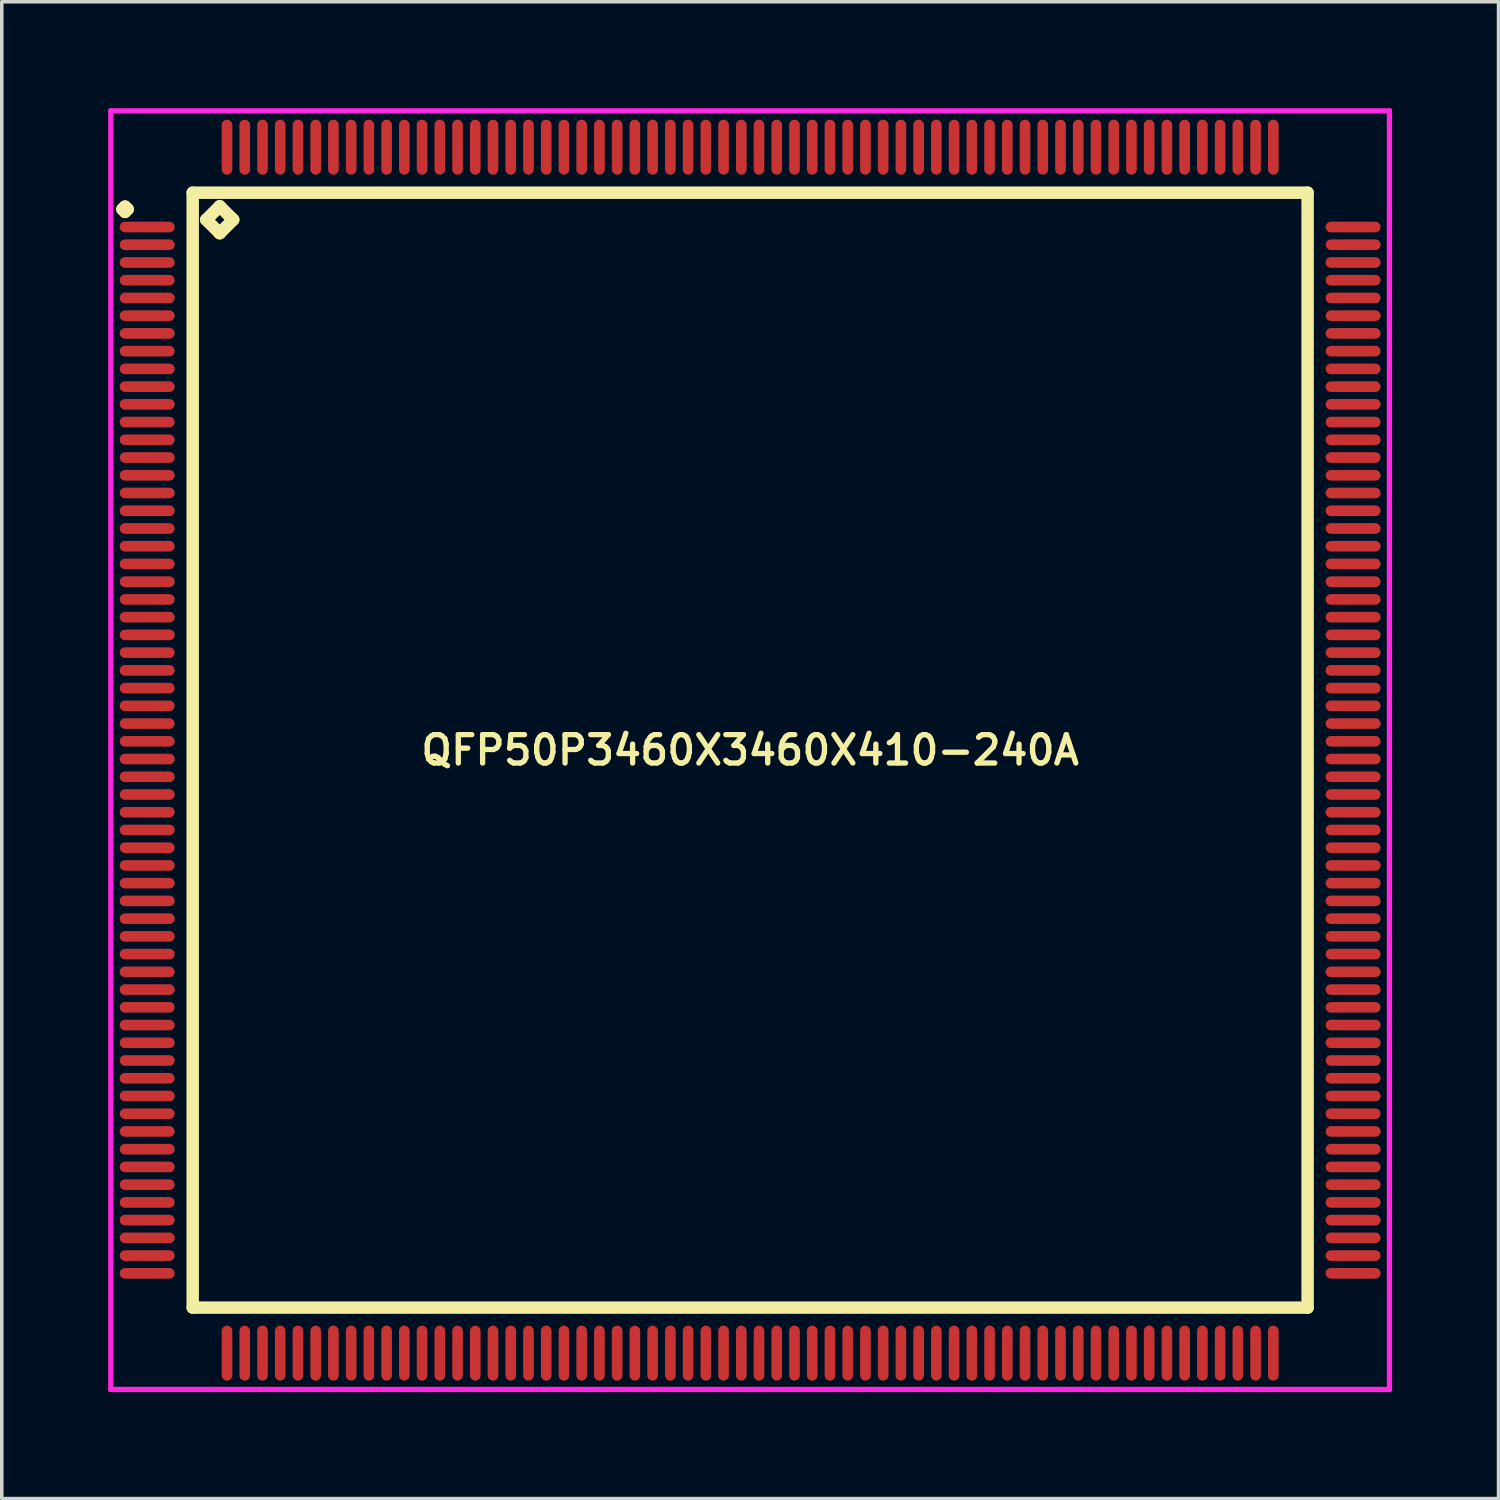
<source format=kicad_pcb>
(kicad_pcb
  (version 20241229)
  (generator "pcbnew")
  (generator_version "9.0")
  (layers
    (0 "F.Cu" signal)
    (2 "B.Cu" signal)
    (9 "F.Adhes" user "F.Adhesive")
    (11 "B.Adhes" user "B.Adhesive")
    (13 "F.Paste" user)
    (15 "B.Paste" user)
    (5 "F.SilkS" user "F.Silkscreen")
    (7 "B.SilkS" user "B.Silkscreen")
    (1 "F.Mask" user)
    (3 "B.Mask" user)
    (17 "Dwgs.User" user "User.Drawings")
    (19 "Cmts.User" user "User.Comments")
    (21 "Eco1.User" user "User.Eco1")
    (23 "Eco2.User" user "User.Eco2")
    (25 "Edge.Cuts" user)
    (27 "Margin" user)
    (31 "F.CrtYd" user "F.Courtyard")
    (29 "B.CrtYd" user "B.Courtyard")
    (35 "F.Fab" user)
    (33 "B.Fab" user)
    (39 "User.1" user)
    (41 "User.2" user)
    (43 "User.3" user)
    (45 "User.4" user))
  (footprint "QFP50P3460X3460X410-240A"
    (layer "F.Cu")
    (at 18.1 18.1)
    (property "Reference" "QFP50P3460X3460X410-240A" (at 0 0 0) (layer "F.SilkS") (effects (font (size 0.8 0.8) (thickness 0.15))))
    (attr smd)
    (fp_line (start -17.7 -15.25) (end -17.625 -15.325) (stroke (width 0.35) (type solid)) (layer "F.SilkS"))
    (fp_line (start -17.625 -15.325) (end -17.55 -15.25) (stroke (width 0.35) (type solid)) (layer "F.SilkS"))
    (fp_line (start -17.625 -15.175) (end -17.7 -15.25) (stroke (width 0.35) (type solid)) (layer "F.SilkS"))
    (fp_line (start -17.55 -15.25) (end -17.625 -15.175) (stroke (width 0.35) (type solid)) (layer "F.SilkS"))
    (fp_line (start -15.717 -15.717) (end -15.717 15.717) (stroke (width 0.35) (type solid)) (layer "F.SilkS"))
    (fp_line (start -15.717 15.717) (end 15.717 15.717) (stroke (width 0.35) (type solid)) (layer "F.SilkS"))
    (fp_line (start -15.336 -14.955) (end -14.955 -15.336) (stroke (width 0.35) (type solid)) (layer "F.SilkS"))
    (fp_line (start -14.955 -15.336) (end -14.574 -14.955) (stroke (width 0.35) (type solid)) (layer "F.SilkS"))
    (fp_line (start -14.955 -14.574) (end -15.336 -14.955) (stroke (width 0.35) (type solid)) (layer "F.SilkS"))
    (fp_line (start -14.574 -14.955) (end -14.955 -14.574) (stroke (width 0.35) (type solid)) (layer "F.SilkS"))
    (fp_line (start 15.717 -15.717) (end -15.717 -15.717) (stroke (width 0.35) (type solid)) (layer "F.SilkS"))
    (fp_line (start 15.717 15.717) (end 15.717 -15.717) (stroke (width 0.35) (type solid)) (layer "F.SilkS"))
    (fp_line (start -18.025 -18.025) (end 18.025 -18.025) (stroke (width 0.15) (type solid)) (layer "F.CrtYd"))
    (fp_line (start -18.025 18.025) (end -18.025 -18.025) (stroke (width 0.15) (type solid)) (layer "F.CrtYd"))
    (fp_line (start 18.025 -18.025) (end 18.025 18.025) (stroke (width 0.15) (type solid)) (layer "F.CrtYd"))
    (fp_line (start 18.025 18.025) (end -18.025 18.025) (stroke (width 0.15) (type solid)) (layer "F.CrtYd"))
    (pad "1" smd oval (at -17 -14.75) (size 1.55 0.3) (layers "F.Cu" "F.Mask" "F.Paste"))
    (pad "2" smd oval (at -17 -14.25) (size 1.55 0.3) (layers "F.Cu" "F.Mask" "F.Paste"))
    (pad "3" smd oval (at -17 -13.75) (size 1.55 0.3) (layers "F.Cu" "F.Mask" "F.Paste"))
    (pad "4" smd oval (at -17 -13.25) (size 1.55 0.3) (layers "F.Cu" "F.Mask" "F.Paste"))
    (pad "5" smd oval (at -17 -12.75) (size 1.55 0.3) (layers "F.Cu" "F.Mask" "F.Paste"))
    (pad "6" smd oval (at -17 -12.25) (size 1.55 0.3) (layers "F.Cu" "F.Mask" "F.Paste"))
    (pad "7" smd oval (at -17 -11.75) (size 1.55 0.3) (layers "F.Cu" "F.Mask" "F.Paste"))
    (pad "8" smd oval (at -17 -11.25) (size 1.55 0.3) (layers "F.Cu" "F.Mask" "F.Paste"))
    (pad "9" smd oval (at -17 -10.75) (size 1.55 0.3) (layers "F.Cu" "F.Mask" "F.Paste"))
    (pad "10" smd oval (at -17 -10.25) (size 1.55 0.3) (layers "F.Cu" "F.Mask" "F.Paste"))
    (pad "11" smd oval (at -17 -9.75) (size 1.55 0.3) (layers "F.Cu" "F.Mask" "F.Paste"))
    (pad "12" smd oval (at -17 -9.25) (size 1.55 0.3) (layers "F.Cu" "F.Mask" "F.Paste"))
    (pad "13" smd oval (at -17 -8.75) (size 1.55 0.3) (layers "F.Cu" "F.Mask" "F.Paste"))
    (pad "14" smd oval (at -17 -8.25) (size 1.55 0.3) (layers "F.Cu" "F.Mask" "F.Paste"))
    (pad "15" smd oval (at -17 -7.75) (size 1.55 0.3) (layers "F.Cu" "F.Mask" "F.Paste"))
    (pad "16" smd oval (at -17 -7.25) (size 1.55 0.3) (layers "F.Cu" "F.Mask" "F.Paste"))
    (pad "17" smd oval (at -17 -6.75) (size 1.55 0.3) (layers "F.Cu" "F.Mask" "F.Paste"))
    (pad "18" smd oval (at -17 -6.25) (size 1.55 0.3) (layers "F.Cu" "F.Mask" "F.Paste"))
    (pad "19" smd oval (at -17 -5.75) (size 1.55 0.3) (layers "F.Cu" "F.Mask" "F.Paste"))
    (pad "20" smd oval (at -17 -5.25) (size 1.55 0.3) (layers "F.Cu" "F.Mask" "F.Paste"))
    (pad "21" smd oval (at -17 -4.75) (size 1.55 0.3) (layers "F.Cu" "F.Mask" "F.Paste"))
    (pad "22" smd oval (at -17 -4.25) (size 1.55 0.3) (layers "F.Cu" "F.Mask" "F.Paste"))
    (pad "23" smd oval (at -17 -3.75) (size 1.55 0.3) (layers "F.Cu" "F.Mask" "F.Paste"))
    (pad "24" smd oval (at -17 -3.25) (size 1.55 0.3) (layers "F.Cu" "F.Mask" "F.Paste"))
    (pad "25" smd oval (at -17 -2.75) (size 1.55 0.3) (layers "F.Cu" "F.Mask" "F.Paste"))
    (pad "26" smd oval (at -17 -2.25) (size 1.55 0.3) (layers "F.Cu" "F.Mask" "F.Paste"))
    (pad "27" smd oval (at -17 -1.75) (size 1.55 0.3) (layers "F.Cu" "F.Mask" "F.Paste"))
    (pad "28" smd oval (at -17 -1.25) (size 1.55 0.3) (layers "F.Cu" "F.Mask" "F.Paste"))
    (pad "29" smd oval (at -17 -0.75) (size 1.55 0.3) (layers "F.Cu" "F.Mask" "F.Paste"))
    (pad "30" smd oval (at -17 -0.25) (size 1.55 0.3) (layers "F.Cu" "F.Mask" "F.Paste"))
    (pad "31" smd oval (at -17 0.25) (size 1.55 0.3) (layers "F.Cu" "F.Mask" "F.Paste"))
    (pad "32" smd oval (at -17 0.75) (size 1.55 0.3) (layers "F.Cu" "F.Mask" "F.Paste"))
    (pad "33" smd oval (at -17 1.25) (size 1.55 0.3) (layers "F.Cu" "F.Mask" "F.Paste"))
    (pad "34" smd oval (at -17 1.75) (size 1.55 0.3) (layers "F.Cu" "F.Mask" "F.Paste"))
    (pad "35" smd oval (at -17 2.25) (size 1.55 0.3) (layers "F.Cu" "F.Mask" "F.Paste"))
    (pad "36" smd oval (at -17 2.75) (size 1.55 0.3) (layers "F.Cu" "F.Mask" "F.Paste"))
    (pad "37" smd oval (at -17 3.25) (size 1.55 0.3) (layers "F.Cu" "F.Mask" "F.Paste"))
    (pad "38" smd oval (at -17 3.75) (size 1.55 0.3) (layers "F.Cu" "F.Mask" "F.Paste"))
    (pad "39" smd oval (at -17 4.25) (size 1.55 0.3) (layers "F.Cu" "F.Mask" "F.Paste"))
    (pad "40" smd oval (at -17 4.75) (size 1.55 0.3) (layers "F.Cu" "F.Mask" "F.Paste"))
    (pad "41" smd oval (at -17 5.25) (size 1.55 0.3) (layers "F.Cu" "F.Mask" "F.Paste"))
    (pad "42" smd oval (at -17 5.75) (size 1.55 0.3) (layers "F.Cu" "F.Mask" "F.Paste"))
    (pad "43" smd oval (at -17 6.25) (size 1.55 0.3) (layers "F.Cu" "F.Mask" "F.Paste"))
    (pad "44" smd oval (at -17 6.75) (size 1.55 0.3) (layers "F.Cu" "F.Mask" "F.Paste"))
    (pad "45" smd oval (at -17 7.25) (size 1.55 0.3) (layers "F.Cu" "F.Mask" "F.Paste"))
    (pad "46" smd oval (at -17 7.75) (size 1.55 0.3) (layers "F.Cu" "F.Mask" "F.Paste"))
    (pad "47" smd oval (at -17 8.25) (size 1.55 0.3) (layers "F.Cu" "F.Mask" "F.Paste"))
    (pad "48" smd oval (at -17 8.75) (size 1.55 0.3) (layers "F.Cu" "F.Mask" "F.Paste"))
    (pad "49" smd oval (at -17 9.25) (size 1.55 0.3) (layers "F.Cu" "F.Mask" "F.Paste"))
    (pad "50" smd oval (at -17 9.75) (size 1.55 0.3) (layers "F.Cu" "F.Mask" "F.Paste"))
    (pad "51" smd oval (at -17 10.25) (size 1.55 0.3) (layers "F.Cu" "F.Mask" "F.Paste"))
    (pad "52" smd oval (at -17 10.75) (size 1.55 0.3) (layers "F.Cu" "F.Mask" "F.Paste"))
    (pad "53" smd oval (at -17 11.25) (size 1.55 0.3) (layers "F.Cu" "F.Mask" "F.Paste"))
    (pad "54" smd oval (at -17 11.75) (size 1.55 0.3) (layers "F.Cu" "F.Mask" "F.Paste"))
    (pad "55" smd oval (at -17 12.25) (size 1.55 0.3) (layers "F.Cu" "F.Mask" "F.Paste"))
    (pad "56" smd oval (at -17 12.75) (size 1.55 0.3) (layers "F.Cu" "F.Mask" "F.Paste"))
    (pad "57" smd oval (at -17 13.25) (size 1.55 0.3) (layers "F.Cu" "F.Mask" "F.Paste"))
    (pad "58" smd oval (at -17 13.75) (size 1.55 0.3) (layers "F.Cu" "F.Mask" "F.Paste"))
    (pad "59" smd oval (at -17 14.25) (size 1.55 0.3) (layers "F.Cu" "F.Mask" "F.Paste"))
    (pad "60" smd oval (at -17 14.75) (size 1.55 0.3) (layers "F.Cu" "F.Mask" "F.Paste"))
    (pad "61" smd oval (at -14.75 17) (size 0.3 1.55) (layers "F.Cu" "F.Mask" "F.Paste"))
    (pad "62" smd oval (at -14.25 17) (size 0.3 1.55) (layers "F.Cu" "F.Mask" "F.Paste"))
    (pad "63" smd oval (at -13.75 17) (size 0.3 1.55) (layers "F.Cu" "F.Mask" "F.Paste"))
    (pad "64" smd oval (at -13.25 17) (size 0.3 1.55) (layers "F.Cu" "F.Mask" "F.Paste"))
    (pad "65" smd oval (at -12.75 17) (size 0.3 1.55) (layers "F.Cu" "F.Mask" "F.Paste"))
    (pad "66" smd oval (at -12.25 17) (size 0.3 1.55) (layers "F.Cu" "F.Mask" "F.Paste"))
    (pad "67" smd oval (at -11.75 17) (size 0.3 1.55) (layers "F.Cu" "F.Mask" "F.Paste"))
    (pad "68" smd oval (at -11.25 17) (size 0.3 1.55) (layers "F.Cu" "F.Mask" "F.Paste"))
    (pad "69" smd oval (at -10.75 17) (size 0.3 1.55) (layers "F.Cu" "F.Mask" "F.Paste"))
    (pad "70" smd oval (at -10.25 17) (size 0.3 1.55) (layers "F.Cu" "F.Mask" "F.Paste"))
    (pad "71" smd oval (at -9.75 17) (size 0.3 1.55) (layers "F.Cu" "F.Mask" "F.Paste"))
    (pad "72" smd oval (at -9.25 17) (size 0.3 1.55) (layers "F.Cu" "F.Mask" "F.Paste"))
    (pad "73" smd oval (at -8.75 17) (size 0.3 1.55) (layers "F.Cu" "F.Mask" "F.Paste"))
    (pad "74" smd oval (at -8.25 17) (size 0.3 1.55) (layers "F.Cu" "F.Mask" "F.Paste"))
    (pad "75" smd oval (at -7.75 17) (size 0.3 1.55) (layers "F.Cu" "F.Mask" "F.Paste"))
    (pad "76" smd oval (at -7.25 17) (size 0.3 1.55) (layers "F.Cu" "F.Mask" "F.Paste"))
    (pad "77" smd oval (at -6.75 17) (size 0.3 1.55) (layers "F.Cu" "F.Mask" "F.Paste"))
    (pad "78" smd oval (at -6.25 17) (size 0.3 1.55) (layers "F.Cu" "F.Mask" "F.Paste"))
    (pad "79" smd oval (at -5.75 17) (size 0.3 1.55) (layers "F.Cu" "F.Mask" "F.Paste"))
    (pad "80" smd oval (at -5.25 17) (size 0.3 1.55) (layers "F.Cu" "F.Mask" "F.Paste"))
    (pad "81" smd oval (at -4.75 17) (size 0.3 1.55) (layers "F.Cu" "F.Mask" "F.Paste"))
    (pad "82" smd oval (at -4.25 17) (size 0.3 1.55) (layers "F.Cu" "F.Mask" "F.Paste"))
    (pad "83" smd oval (at -3.75 17) (size 0.3 1.55) (layers "F.Cu" "F.Mask" "F.Paste"))
    (pad "84" smd oval (at -3.25 17) (size 0.3 1.55) (layers "F.Cu" "F.Mask" "F.Paste"))
    (pad "85" smd oval (at -2.75 17) (size 0.3 1.55) (layers "F.Cu" "F.Mask" "F.Paste"))
    (pad "86" smd oval (at -2.25 17) (size 0.3 1.55) (layers "F.Cu" "F.Mask" "F.Paste"))
    (pad "87" smd oval (at -1.75 17) (size 0.3 1.55) (layers "F.Cu" "F.Mask" "F.Paste"))
    (pad "88" smd oval (at -1.25 17) (size 0.3 1.55) (layers "F.Cu" "F.Mask" "F.Paste"))
    (pad "89" smd oval (at -0.75 17) (size 0.3 1.55) (layers "F.Cu" "F.Mask" "F.Paste"))
    (pad "90" smd oval (at -0.25 17) (size 0.3 1.55) (layers "F.Cu" "F.Mask" "F.Paste"))
    (pad "91" smd oval (at 0.25 17) (size 0.3 1.55) (layers "F.Cu" "F.Mask" "F.Paste"))
    (pad "92" smd oval (at 0.75 17) (size 0.3 1.55) (layers "F.Cu" "F.Mask" "F.Paste"))
    (pad "93" smd oval (at 1.25 17) (size 0.3 1.55) (layers "F.Cu" "F.Mask" "F.Paste"))
    (pad "94" smd oval (at 1.75 17) (size 0.3 1.55) (layers "F.Cu" "F.Mask" "F.Paste"))
    (pad "95" smd oval (at 2.25 17) (size 0.3 1.55) (layers "F.Cu" "F.Mask" "F.Paste"))
    (pad "96" smd oval (at 2.75 17) (size 0.3 1.55) (layers "F.Cu" "F.Mask" "F.Paste"))
    (pad "97" smd oval (at 3.25 17) (size 0.3 1.55) (layers "F.Cu" "F.Mask" "F.Paste"))
    (pad "98" smd oval (at 3.75 17) (size 0.3 1.55) (layers "F.Cu" "F.Mask" "F.Paste"))
    (pad "99" smd oval (at 4.25 17) (size 0.3 1.55) (layers "F.Cu" "F.Mask" "F.Paste"))
    (pad "100" smd oval (at 4.75 17) (size 0.3 1.55) (layers "F.Cu" "F.Mask" "F.Paste"))
    (pad "101" smd oval (at 5.25 17) (size 0.3 1.55) (layers "F.Cu" "F.Mask" "F.Paste"))
    (pad "102" smd oval (at 5.75 17) (size 0.3 1.55) (layers "F.Cu" "F.Mask" "F.Paste"))
    (pad "103" smd oval (at 6.25 17) (size 0.3 1.55) (layers "F.Cu" "F.Mask" "F.Paste"))
    (pad "104" smd oval (at 6.75 17) (size 0.3 1.55) (layers "F.Cu" "F.Mask" "F.Paste"))
    (pad "105" smd oval (at 7.25 17) (size 0.3 1.55) (layers "F.Cu" "F.Mask" "F.Paste"))
    (pad "106" smd oval (at 7.75 17) (size 0.3 1.55) (layers "F.Cu" "F.Mask" "F.Paste"))
    (pad "107" smd oval (at 8.25 17) (size 0.3 1.55) (layers "F.Cu" "F.Mask" "F.Paste"))
    (pad "108" smd oval (at 8.75 17) (size 0.3 1.55) (layers "F.Cu" "F.Mask" "F.Paste"))
    (pad "109" smd oval (at 9.25 17) (size 0.3 1.55) (layers "F.Cu" "F.Mask" "F.Paste"))
    (pad "110" smd oval (at 9.75 17) (size 0.3 1.55) (layers "F.Cu" "F.Mask" "F.Paste"))
    (pad "111" smd oval (at 10.25 17) (size 0.3 1.55) (layers "F.Cu" "F.Mask" "F.Paste"))
    (pad "112" smd oval (at 10.75 17) (size 0.3 1.55) (layers "F.Cu" "F.Mask" "F.Paste"))
    (pad "113" smd oval (at 11.25 17) (size 0.3 1.55) (layers "F.Cu" "F.Mask" "F.Paste"))
    (pad "114" smd oval (at 11.75 17) (size 0.3 1.55) (layers "F.Cu" "F.Mask" "F.Paste"))
    (pad "115" smd oval (at 12.25 17) (size 0.3 1.55) (layers "F.Cu" "F.Mask" "F.Paste"))
    (pad "116" smd oval (at 12.75 17) (size 0.3 1.55) (layers "F.Cu" "F.Mask" "F.Paste"))
    (pad "117" smd oval (at 13.25 17) (size 0.3 1.55) (layers "F.Cu" "F.Mask" "F.Paste"))
    (pad "118" smd oval (at 13.75 17) (size 0.3 1.55) (layers "F.Cu" "F.Mask" "F.Paste"))
    (pad "119" smd oval (at 14.25 17) (size 0.3 1.55) (layers "F.Cu" "F.Mask" "F.Paste"))
    (pad "120" smd oval (at 14.75 17) (size 0.3 1.55) (layers "F.Cu" "F.Mask" "F.Paste"))
    (pad "121" smd oval (at 17 14.75) (size 1.55 0.3) (layers "F.Cu" "F.Mask" "F.Paste"))
    (pad "122" smd oval (at 17 14.25) (size 1.55 0.3) (layers "F.Cu" "F.Mask" "F.Paste"))
    (pad "123" smd oval (at 17 13.75) (size 1.55 0.3) (layers "F.Cu" "F.Mask" "F.Paste"))
    (pad "124" smd oval (at 17 13.25) (size 1.55 0.3) (layers "F.Cu" "F.Mask" "F.Paste"))
    (pad "125" smd oval (at 17 12.75) (size 1.55 0.3) (layers "F.Cu" "F.Mask" "F.Paste"))
    (pad "126" smd oval (at 17 12.25) (size 1.55 0.3) (layers "F.Cu" "F.Mask" "F.Paste"))
    (pad "127" smd oval (at 17 11.75) (size 1.55 0.3) (layers "F.Cu" "F.Mask" "F.Paste"))
    (pad "128" smd oval (at 17 11.25) (size 1.55 0.3) (layers "F.Cu" "F.Mask" "F.Paste"))
    (pad "129" smd oval (at 17 10.75) (size 1.55 0.3) (layers "F.Cu" "F.Mask" "F.Paste"))
    (pad "130" smd oval (at 17 10.25) (size 1.55 0.3) (layers "F.Cu" "F.Mask" "F.Paste"))
    (pad "131" smd oval (at 17 9.75) (size 1.55 0.3) (layers "F.Cu" "F.Mask" "F.Paste"))
    (pad "132" smd oval (at 17 9.25) (size 1.55 0.3) (layers "F.Cu" "F.Mask" "F.Paste"))
    (pad "133" smd oval (at 17 8.75) (size 1.55 0.3) (layers "F.Cu" "F.Mask" "F.Paste"))
    (pad "134" smd oval (at 17 8.25) (size 1.55 0.3) (layers "F.Cu" "F.Mask" "F.Paste"))
    (pad "135" smd oval (at 17 7.75) (size 1.55 0.3) (layers "F.Cu" "F.Mask" "F.Paste"))
    (pad "136" smd oval (at 17 7.25) (size 1.55 0.3) (layers "F.Cu" "F.Mask" "F.Paste"))
    (pad "137" smd oval (at 17 6.75) (size 1.55 0.3) (layers "F.Cu" "F.Mask" "F.Paste"))
    (pad "138" smd oval (at 17 6.25) (size 1.55 0.3) (layers "F.Cu" "F.Mask" "F.Paste"))
    (pad "139" smd oval (at 17 5.75) (size 1.55 0.3) (layers "F.Cu" "F.Mask" "F.Paste"))
    (pad "140" smd oval (at 17 5.25) (size 1.55 0.3) (layers "F.Cu" "F.Mask" "F.Paste"))
    (pad "141" smd oval (at 17 4.75) (size 1.55 0.3) (layers "F.Cu" "F.Mask" "F.Paste"))
    (pad "142" smd oval (at 17 4.25) (size 1.55 0.3) (layers "F.Cu" "F.Mask" "F.Paste"))
    (pad "143" smd oval (at 17 3.75) (size 1.55 0.3) (layers "F.Cu" "F.Mask" "F.Paste"))
    (pad "144" smd oval (at 17 3.25) (size 1.55 0.3) (layers "F.Cu" "F.Mask" "F.Paste"))
    (pad "145" smd oval (at 17 2.75) (size 1.55 0.3) (layers "F.Cu" "F.Mask" "F.Paste"))
    (pad "146" smd oval (at 17 2.25) (size 1.55 0.3) (layers "F.Cu" "F.Mask" "F.Paste"))
    (pad "147" smd oval (at 17 1.75) (size 1.55 0.3) (layers "F.Cu" "F.Mask" "F.Paste"))
    (pad "148" smd oval (at 17 1.25) (size 1.55 0.3) (layers "F.Cu" "F.Mask" "F.Paste"))
    (pad "149" smd oval (at 17 0.75) (size 1.55 0.3) (layers "F.Cu" "F.Mask" "F.Paste"))
    (pad "150" smd oval (at 17 0.25) (size 1.55 0.3) (layers "F.Cu" "F.Mask" "F.Paste"))
    (pad "151" smd oval (at 17 -0.25) (size 1.55 0.3) (layers "F.Cu" "F.Mask" "F.Paste"))
    (pad "152" smd oval (at 17 -0.75) (size 1.55 0.3) (layers "F.Cu" "F.Mask" "F.Paste"))
    (pad "153" smd oval (at 17 -1.25) (size 1.55 0.3) (layers "F.Cu" "F.Mask" "F.Paste"))
    (pad "154" smd oval (at 17 -1.75) (size 1.55 0.3) (layers "F.Cu" "F.Mask" "F.Paste"))
    (pad "155" smd oval (at 17 -2.25) (size 1.55 0.3) (layers "F.Cu" "F.Mask" "F.Paste"))
    (pad "156" smd oval (at 17 -2.75) (size 1.55 0.3) (layers "F.Cu" "F.Mask" "F.Paste"))
    (pad "157" smd oval (at 17 -3.25) (size 1.55 0.3) (layers "F.Cu" "F.Mask" "F.Paste"))
    (pad "158" smd oval (at 17 -3.75) (size 1.55 0.3) (layers "F.Cu" "F.Mask" "F.Paste"))
    (pad "159" smd oval (at 17 -4.25) (size 1.55 0.3) (layers "F.Cu" "F.Mask" "F.Paste"))
    (pad "160" smd oval (at 17 -4.75) (size 1.55 0.3) (layers "F.Cu" "F.Mask" "F.Paste"))
    (pad "161" smd oval (at 17 -5.25) (size 1.55 0.3) (layers "F.Cu" "F.Mask" "F.Paste"))
    (pad "162" smd oval (at 17 -5.75) (size 1.55 0.3) (layers "F.Cu" "F.Mask" "F.Paste"))
    (pad "163" smd oval (at 17 -6.25) (size 1.55 0.3) (layers "F.Cu" "F.Mask" "F.Paste"))
    (pad "164" smd oval (at 17 -6.75) (size 1.55 0.3) (layers "F.Cu" "F.Mask" "F.Paste"))
    (pad "165" smd oval (at 17 -7.25) (size 1.55 0.3) (layers "F.Cu" "F.Mask" "F.Paste"))
    (pad "166" smd oval (at 17 -7.75) (size 1.55 0.3) (layers "F.Cu" "F.Mask" "F.Paste"))
    (pad "167" smd oval (at 17 -8.25) (size 1.55 0.3) (layers "F.Cu" "F.Mask" "F.Paste"))
    (pad "168" smd oval (at 17 -8.75) (size 1.55 0.3) (layers "F.Cu" "F.Mask" "F.Paste"))
    (pad "169" smd oval (at 17 -9.25) (size 1.55 0.3) (layers "F.Cu" "F.Mask" "F.Paste"))
    (pad "170" smd oval (at 17 -9.75) (size 1.55 0.3) (layers "F.Cu" "F.Mask" "F.Paste"))
    (pad "171" smd oval (at 17 -10.25) (size 1.55 0.3) (layers "F.Cu" "F.Mask" "F.Paste"))
    (pad "172" smd oval (at 17 -10.75) (size 1.55 0.3) (layers "F.Cu" "F.Mask" "F.Paste"))
    (pad "173" smd oval (at 17 -11.25) (size 1.55 0.3) (layers "F.Cu" "F.Mask" "F.Paste"))
    (pad "174" smd oval (at 17 -11.75) (size 1.55 0.3) (layers "F.Cu" "F.Mask" "F.Paste"))
    (pad "175" smd oval (at 17 -12.25) (size 1.55 0.3) (layers "F.Cu" "F.Mask" "F.Paste"))
    (pad "176" smd oval (at 17 -12.75) (size 1.55 0.3) (layers "F.Cu" "F.Mask" "F.Paste"))
    (pad "177" smd oval (at 17 -13.25) (size 1.55 0.3) (layers "F.Cu" "F.Mask" "F.Paste"))
    (pad "178" smd oval (at 17 -13.75) (size 1.55 0.3) (layers "F.Cu" "F.Mask" "F.Paste"))
    (pad "179" smd oval (at 17 -14.25) (size 1.55 0.3) (layers "F.Cu" "F.Mask" "F.Paste"))
    (pad "180" smd oval (at 17 -14.75) (size 1.55 0.3) (layers "F.Cu" "F.Mask" "F.Paste"))
    (pad "181" smd oval (at 14.75 -17) (size 0.3 1.55) (layers "F.Cu" "F.Mask" "F.Paste"))
    (pad "182" smd oval (at 14.25 -17) (size 0.3 1.55) (layers "F.Cu" "F.Mask" "F.Paste"))
    (pad "183" smd oval (at 13.75 -17) (size 0.3 1.55) (layers "F.Cu" "F.Mask" "F.Paste"))
    (pad "184" smd oval (at 13.25 -17) (size 0.3 1.55) (layers "F.Cu" "F.Mask" "F.Paste"))
    (pad "185" smd oval (at 12.75 -17) (size 0.3 1.55) (layers "F.Cu" "F.Mask" "F.Paste"))
    (pad "186" smd oval (at 12.25 -17) (size 0.3 1.55) (layers "F.Cu" "F.Mask" "F.Paste"))
    (pad "187" smd oval (at 11.75 -17) (size 0.3 1.55) (layers "F.Cu" "F.Mask" "F.Paste"))
    (pad "188" smd oval (at 11.25 -17) (size 0.3 1.55) (layers "F.Cu" "F.Mask" "F.Paste"))
    (pad "189" smd oval (at 10.75 -17) (size 0.3 1.55) (layers "F.Cu" "F.Mask" "F.Paste"))
    (pad "190" smd oval (at 10.25 -17) (size 0.3 1.55) (layers "F.Cu" "F.Mask" "F.Paste"))
    (pad "191" smd oval (at 9.75 -17) (size 0.3 1.55) (layers "F.Cu" "F.Mask" "F.Paste"))
    (pad "192" smd oval (at 9.25 -17) (size 0.3 1.55) (layers "F.Cu" "F.Mask" "F.Paste"))
    (pad "193" smd oval (at 8.75 -17) (size 0.3 1.55) (layers "F.Cu" "F.Mask" "F.Paste"))
    (pad "194" smd oval (at 8.25 -17) (size 0.3 1.55) (layers "F.Cu" "F.Mask" "F.Paste"))
    (pad "195" smd oval (at 7.75 -17) (size 0.3 1.55) (layers "F.Cu" "F.Mask" "F.Paste"))
    (pad "196" smd oval (at 7.25 -17) (size 0.3 1.55) (layers "F.Cu" "F.Mask" "F.Paste"))
    (pad "197" smd oval (at 6.75 -17) (size 0.3 1.55) (layers "F.Cu" "F.Mask" "F.Paste"))
    (pad "198" smd oval (at 6.25 -17) (size 0.3 1.55) (layers "F.Cu" "F.Mask" "F.Paste"))
    (pad "199" smd oval (at 5.75 -17) (size 0.3 1.55) (layers "F.Cu" "F.Mask" "F.Paste"))
    (pad "200" smd oval (at 5.25 -17) (size 0.3 1.55) (layers "F.Cu" "F.Mask" "F.Paste"))
    (pad "201" smd oval (at 4.75 -17) (size 0.3 1.55) (layers "F.Cu" "F.Mask" "F.Paste"))
    (pad "202" smd oval (at 4.25 -17) (size 0.3 1.55) (layers "F.Cu" "F.Mask" "F.Paste"))
    (pad "203" smd oval (at 3.75 -17) (size 0.3 1.55) (layers "F.Cu" "F.Mask" "F.Paste"))
    (pad "204" smd oval (at 3.25 -17) (size 0.3 1.55) (layers "F.Cu" "F.Mask" "F.Paste"))
    (pad "205" smd oval (at 2.75 -17) (size 0.3 1.55) (layers "F.Cu" "F.Mask" "F.Paste"))
    (pad "206" smd oval (at 2.25 -17) (size 0.3 1.55) (layers "F.Cu" "F.Mask" "F.Paste"))
    (pad "207" smd oval (at 1.75 -17) (size 0.3 1.55) (layers "F.Cu" "F.Mask" "F.Paste"))
    (pad "208" smd oval (at 1.25 -17) (size 0.3 1.55) (layers "F.Cu" "F.Mask" "F.Paste"))
    (pad "209" smd oval (at 0.75 -17) (size 0.3 1.55) (layers "F.Cu" "F.Mask" "F.Paste"))
    (pad "210" smd oval (at 0.25 -17) (size 0.3 1.55) (layers "F.Cu" "F.Mask" "F.Paste"))
    (pad "211" smd oval (at -0.25 -17) (size 0.3 1.55) (layers "F.Cu" "F.Mask" "F.Paste"))
    (pad "212" smd oval (at -0.75 -17) (size 0.3 1.55) (layers "F.Cu" "F.Mask" "F.Paste"))
    (pad "213" smd oval (at -1.25 -17) (size 0.3 1.55) (layers "F.Cu" "F.Mask" "F.Paste"))
    (pad "214" smd oval (at -1.75 -17) (size 0.3 1.55) (layers "F.Cu" "F.Mask" "F.Paste"))
    (pad "215" smd oval (at -2.25 -17) (size 0.3 1.55) (layers "F.Cu" "F.Mask" "F.Paste"))
    (pad "216" smd oval (at -2.75 -17) (size 0.3 1.55) (layers "F.Cu" "F.Mask" "F.Paste"))
    (pad "217" smd oval (at -3.25 -17) (size 0.3 1.55) (layers "F.Cu" "F.Mask" "F.Paste"))
    (pad "218" smd oval (at -3.75 -17) (size 0.3 1.55) (layers "F.Cu" "F.Mask" "F.Paste"))
    (pad "219" smd oval (at -4.25 -17) (size 0.3 1.55) (layers "F.Cu" "F.Mask" "F.Paste"))
    (pad "220" smd oval (at -4.75 -17) (size 0.3 1.55) (layers "F.Cu" "F.Mask" "F.Paste"))
    (pad "221" smd oval (at -5.25 -17) (size 0.3 1.55) (layers "F.Cu" "F.Mask" "F.Paste"))
    (pad "222" smd oval (at -5.75 -17) (size 0.3 1.55) (layers "F.Cu" "F.Mask" "F.Paste"))
    (pad "223" smd oval (at -6.25 -17) (size 0.3 1.55) (layers "F.Cu" "F.Mask" "F.Paste"))
    (pad "224" smd oval (at -6.75 -17) (size 0.3 1.55) (layers "F.Cu" "F.Mask" "F.Paste"))
    (pad "225" smd oval (at -7.25 -17) (size 0.3 1.55) (layers "F.Cu" "F.Mask" "F.Paste"))
    (pad "226" smd oval (at -7.75 -17) (size 0.3 1.55) (layers "F.Cu" "F.Mask" "F.Paste"))
    (pad "227" smd oval (at -8.25 -17) (size 0.3 1.55) (layers "F.Cu" "F.Mask" "F.Paste"))
    (pad "228" smd oval (at -8.75 -17) (size 0.3 1.55) (layers "F.Cu" "F.Mask" "F.Paste"))
    (pad "229" smd oval (at -9.25 -17) (size 0.3 1.55) (layers "F.Cu" "F.Mask" "F.Paste"))
    (pad "230" smd oval (at -9.75 -17) (size 0.3 1.55) (layers "F.Cu" "F.Mask" "F.Paste"))
    (pad "231" smd oval (at -10.25 -17) (size 0.3 1.55) (layers "F.Cu" "F.Mask" "F.Paste"))
    (pad "232" smd oval (at -10.75 -17) (size 0.3 1.55) (layers "F.Cu" "F.Mask" "F.Paste"))
    (pad "233" smd oval (at -11.25 -17) (size 0.3 1.55) (layers "F.Cu" "F.Mask" "F.Paste"))
    (pad "234" smd oval (at -11.75 -17) (size 0.3 1.55) (layers "F.Cu" "F.Mask" "F.Paste"))
    (pad "235" smd oval (at -12.25 -17) (size 0.3 1.55) (layers "F.Cu" "F.Mask" "F.Paste"))
    (pad "236" smd oval (at -12.75 -17) (size 0.3 1.55) (layers "F.Cu" "F.Mask" "F.Paste"))
    (pad "237" smd oval (at -13.25 -17) (size 0.3 1.55) (layers "F.Cu" "F.Mask" "F.Paste"))
    (pad "238" smd oval (at -13.75 -17) (size 0.3 1.55) (layers "F.Cu" "F.Mask" "F.Paste"))
    (pad "239" smd oval (at -14.25 -17) (size 0.3 1.55) (layers "F.Cu" "F.Mask" "F.Paste"))
    (pad "240" smd oval (at -14.75 -17) (size 0.3 1.55) (layers "F.Cu" "F.Mask" "F.Paste")))
  (gr_rect
    (start -3 -3)
    (end 39.2 39.2)
    (stroke (width 0.1) (type default))
    (fill no)
    (layer "Edge.Cuts")))
</source>
